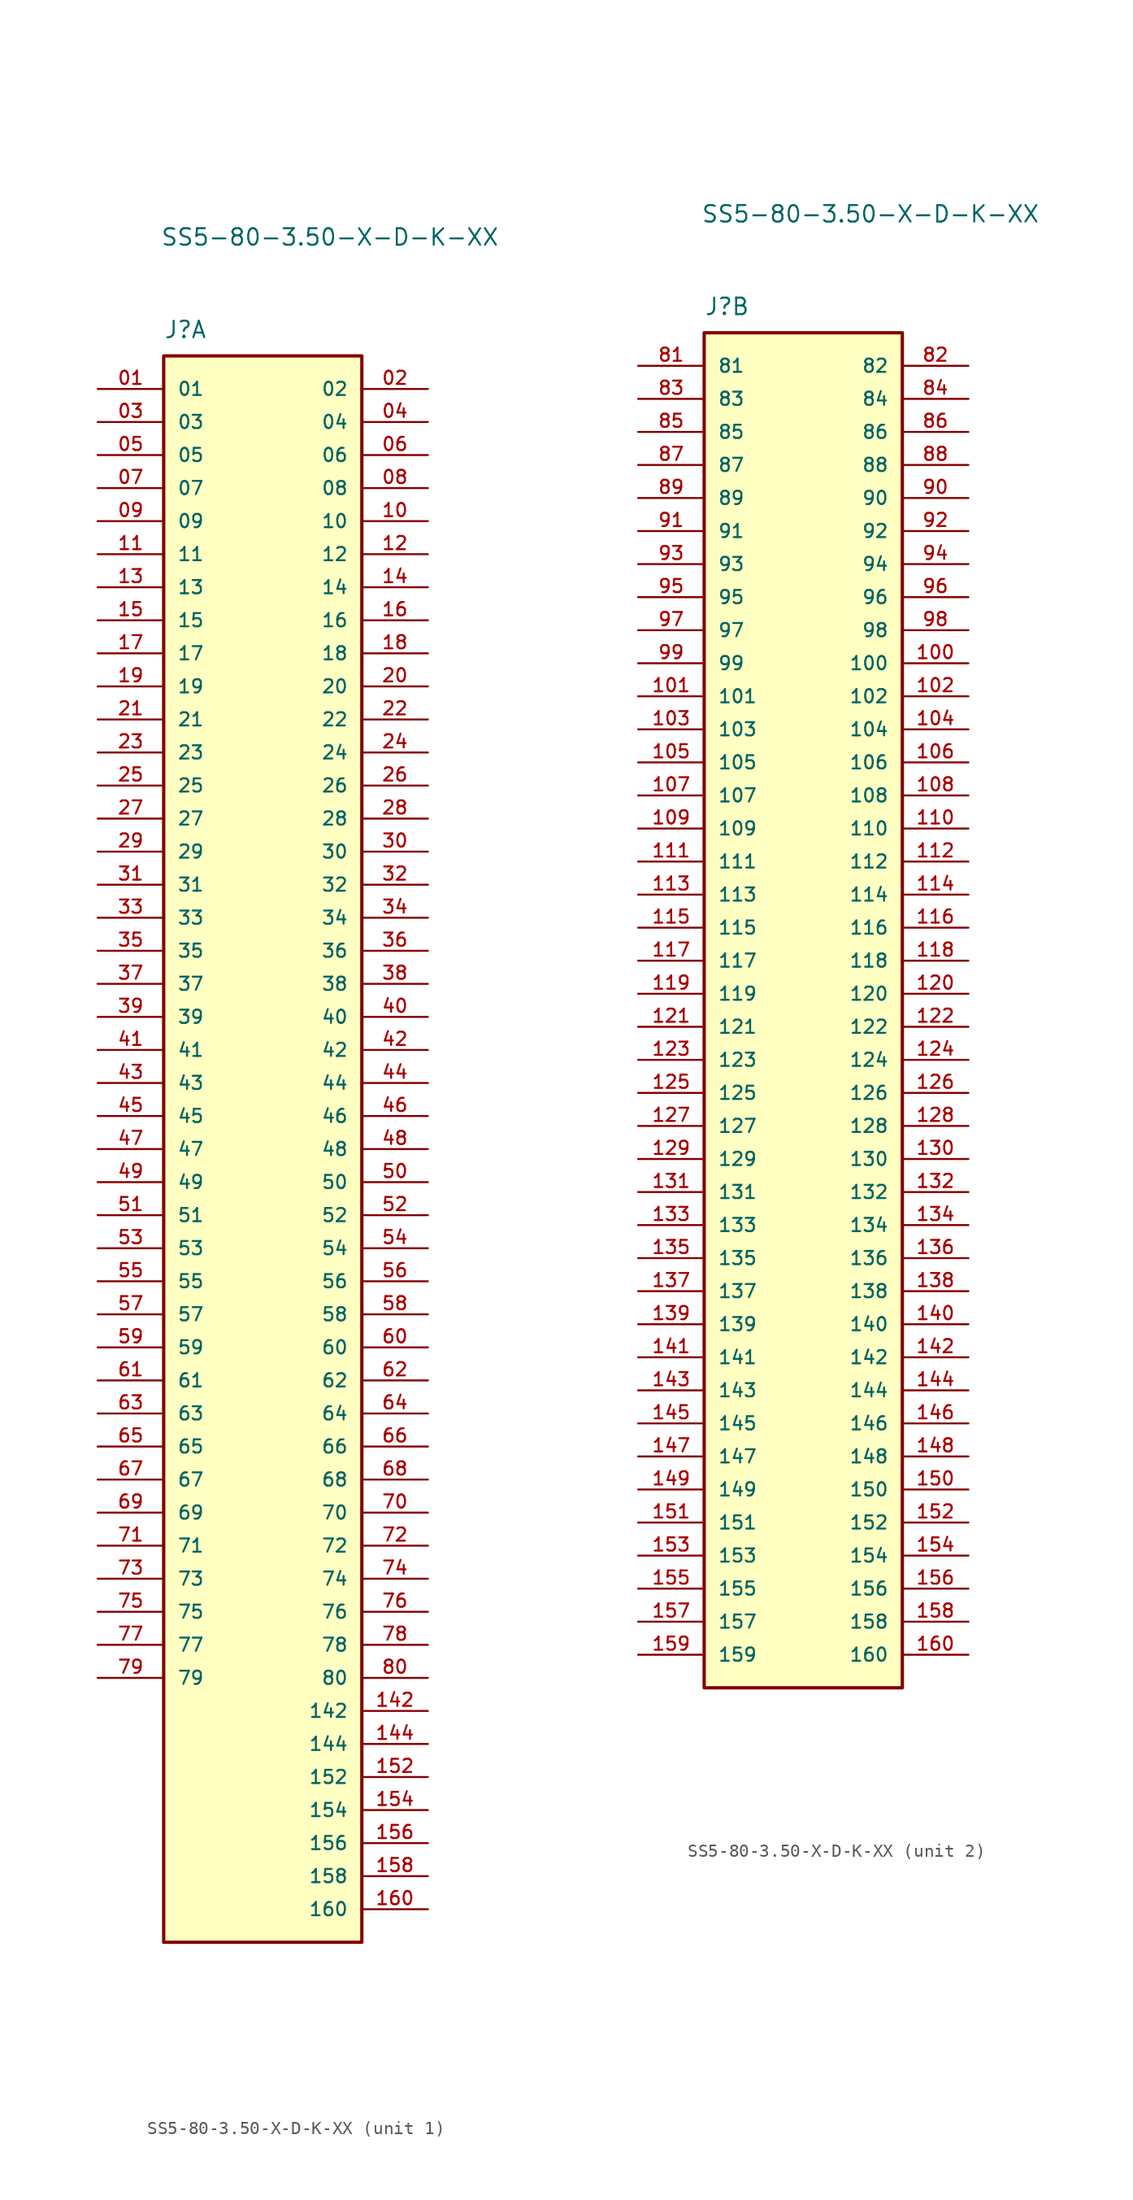
<source format=kicad_sym>
(kicad_symbol_lib
  (version 20241209)
  (generator "kicad_symbol_editor")
  (generator_version "9.0")
  (symbol "SS5-80-3.50-X-D-K-XX"
    (pin_names
      (offset 1.016))
    (property "Reference" "J"
      (at -7.62 52.07 0)
      (effects (font (size 1.27 1.27)) (justify left bottom)))
    (property "Value" "SS5-80-3.50-X-D-K-XX"
      (at -7.874 59.182 0)
      (effects (font (size 1.27 1.27)) (justify left bottom)))
    (symbol "SS5-80-3.50-X-D-K-XX_1_0"
      (rectangle (start -7.62 50.8) (end 7.62 -71.12) (stroke (width 0.254) (type default)) (fill (type background)))
      (pin passive line (at -12.7 48.26 0) (length 5.08) (name "01" (effects (font (size 1.016 1.016)))) (number "01" (effects (font (size 1.016 1.016)))))
      (pin passive line (at -12.7 45.72 0) (length 5.08) (name "03" (effects (font (size 1.016 1.016)))) (number "03" (effects (font (size 1.016 1.016)))))
      (pin passive line (at -12.7 43.18 0) (length 5.08) (name "05" (effects (font (size 1.016 1.016)))) (number "05" (effects (font (size 1.016 1.016)))))
      (pin passive line (at -12.7 40.64 0) (length 5.08) (name "07" (effects (font (size 1.016 1.016)))) (number "07" (effects (font (size 1.016 1.016)))))
      (pin passive line (at -12.7 38.1 0) (length 5.08) (name "09" (effects (font (size 1.016 1.016)))) (number "09" (effects (font (size 1.016 1.016)))))
      (pin passive line (at -12.7 35.56 0) (length 5.08) (name "11" (effects (font (size 1.016 1.016)))) (number "11" (effects (font (size 1.016 1.016)))))
      (pin passive line (at -12.7 33.02 0) (length 5.08) (name "13" (effects (font (size 1.016 1.016)))) (number "13" (effects (font (size 1.016 1.016)))))
      (pin passive line (at -12.7 30.48 0) (length 5.08) (name "15" (effects (font (size 1.016 1.016)))) (number "15" (effects (font (size 1.016 1.016)))))
      (pin passive line (at -12.7 27.94 0) (length 5.08) (name "17" (effects (font (size 1.016 1.016)))) (number "17" (effects (font (size 1.016 1.016)))))
      (pin passive line (at -12.7 25.4 0) (length 5.08) (name "19" (effects (font (size 1.016 1.016)))) (number "19" (effects (font (size 1.016 1.016)))))
      (pin passive line (at -12.7 22.86 0) (length 5.08) (name "21" (effects (font (size 1.016 1.016)))) (number "21" (effects (font (size 1.016 1.016)))))
      (pin passive line (at -12.7 20.32 0) (length 5.08) (name "23" (effects (font (size 1.016 1.016)))) (number "23" (effects (font (size 1.016 1.016)))))
      (pin passive line (at -12.7 17.78 0) (length 5.08) (name "25" (effects (font (size 1.016 1.016)))) (number "25" (effects (font (size 1.016 1.016)))))
      (pin passive line (at -12.7 15.24 0) (length 5.08) (name "27" (effects (font (size 1.016 1.016)))) (number "27" (effects (font (size 1.016 1.016)))))
      (pin passive line (at -12.7 12.7 0) (length 5.08) (name "29" (effects (font (size 1.016 1.016)))) (number "29" (effects (font (size 1.016 1.016)))))
      (pin passive line (at -12.7 10.16 0) (length 5.08) (name "31" (effects (font (size 1.016 1.016)))) (number "31" (effects (font (size 1.016 1.016)))))
      (pin passive line (at -12.7 7.62 0) (length 5.08) (name "33" (effects (font (size 1.016 1.016)))) (number "33" (effects (font (size 1.016 1.016)))))
      (pin passive line (at -12.7 5.08 0) (length 5.08) (name "35" (effects (font (size 1.016 1.016)))) (number "35" (effects (font (size 1.016 1.016)))))
      (pin passive line (at -12.7 2.54 0) (length 5.08) (name "37" (effects (font (size 1.016 1.016)))) (number "37" (effects (font (size 1.016 1.016)))))
      (pin passive line (at -12.7 0 0) (length 5.08) (name "39" (effects (font (size 1.016 1.016)))) (number "39" (effects (font (size 1.016 1.016)))))
      (pin passive line (at -12.7 -2.54 0) (length 5.08) (name "41" (effects (font (size 1.016 1.016)))) (number "41" (effects (font (size 1.016 1.016)))))
      (pin passive line (at -12.7 -5.08 0) (length 5.08) (name "43" (effects (font (size 1.016 1.016)))) (number "43" (effects (font (size 1.016 1.016)))))
      (pin passive line (at -12.7 -7.62 0) (length 5.08) (name "45" (effects (font (size 1.016 1.016)))) (number "45" (effects (font (size 1.016 1.016)))))
      (pin passive line (at -12.7 -10.16 0) (length 5.08) (name "47" (effects (font (size 1.016 1.016)))) (number "47" (effects (font (size 1.016 1.016)))))
      (pin passive line (at -12.7 -12.7 0) (length 5.08) (name "49" (effects (font (size 1.016 1.016)))) (number "49" (effects (font (size 1.016 1.016)))))
      (pin passive line (at -12.7 -15.24 0) (length 5.08) (name "51" (effects (font (size 1.016 1.016)))) (number "51" (effects (font (size 1.016 1.016)))))
      (pin passive line (at -12.7 -17.78 0) (length 5.08) (name "53" (effects (font (size 1.016 1.016)))) (number "53" (effects (font (size 1.016 1.016)))))
      (pin passive line (at -12.7 -20.32 0) (length 5.08) (name "55" (effects (font (size 1.016 1.016)))) (number "55" (effects (font (size 1.016 1.016)))))
      (pin passive line (at -12.7 -22.86 0) (length 5.08) (name "57" (effects (font (size 1.016 1.016)))) (number "57" (effects (font (size 1.016 1.016)))))
      (pin passive line (at -12.7 -25.4 0) (length 5.08) (name "59" (effects (font (size 1.016 1.016)))) (number "59" (effects (font (size 1.016 1.016)))))
      (pin passive line (at -12.7 -27.94 0) (length 5.08) (name "61" (effects (font (size 1.016 1.016)))) (number "61" (effects (font (size 1.016 1.016)))))
      (pin passive line (at -12.7 -30.48 0) (length 5.08) (name "63" (effects (font (size 1.016 1.016)))) (number "63" (effects (font (size 1.016 1.016)))))
      (pin passive line (at -12.7 -33.02 0) (length 5.08) (name "65" (effects (font (size 1.016 1.016)))) (number "65" (effects (font (size 1.016 1.016)))))
      (pin passive line (at -12.7 -35.56 0) (length 5.08) (name "67" (effects (font (size 1.016 1.016)))) (number "67" (effects (font (size 1.016 1.016)))))
      (pin passive line (at -12.7 -38.1 0) (length 5.08) (name "69" (effects (font (size 1.016 1.016)))) (number "69" (effects (font (size 1.016 1.016)))))
      (pin passive line (at -12.7 -40.64 0) (length 5.08) (name "71" (effects (font (size 1.016 1.016)))) (number "71" (effects (font (size 1.016 1.016)))))
      (pin passive line (at -12.7 -43.18 0) (length 5.08) (name "73" (effects (font (size 1.016 1.016)))) (number "73" (effects (font (size 1.016 1.016)))))
      (pin passive line (at -12.7 -45.72 0) (length 5.08) (name "75" (effects (font (size 1.016 1.016)))) (number "75" (effects (font (size 1.016 1.016)))))
      (pin passive line (at -12.7 -48.26 0) (length 5.08) (name "77" (effects (font (size 1.016 1.016)))) (number "77" (effects (font (size 1.016 1.016)))))
      (pin passive line (at -12.7 -50.8 0) (length 5.08) (name "79" (effects (font (size 1.016 1.016)))) (number "79" (effects (font (size 1.016 1.016)))))
      (pin passive line (at 12.7 48.26 180) (length 5.08) (name "02" (effects (font (size 1.016 1.016)))) (number "02" (effects (font (size 1.016 1.016)))))
      (pin passive line (at 12.7 45.72 180) (length 5.08) (name "04" (effects (font (size 1.016 1.016)))) (number "04" (effects (font (size 1.016 1.016)))))
      (pin passive line (at 12.7 43.18 180) (length 5.08) (name "06" (effects (font (size 1.016 1.016)))) (number "06" (effects (font (size 1.016 1.016)))))
      (pin passive line (at 12.7 40.64 180) (length 5.08) (name "08" (effects (font (size 1.016 1.016)))) (number "08" (effects (font (size 1.016 1.016)))))
      (pin passive line (at 12.7 38.1 180) (length 5.08) (name "10" (effects (font (size 1.016 1.016)))) (number "10" (effects (font (size 1.016 1.016)))))
      (pin passive line (at 12.7 35.56 180) (length 5.08) (name "12" (effects (font (size 1.016 1.016)))) (number "12" (effects (font (size 1.016 1.016)))))
      (pin passive line (at 12.7 33.02 180) (length 5.08) (name "14" (effects (font (size 1.016 1.016)))) (number "14" (effects (font (size 1.016 1.016)))))
      (pin passive line (at 12.7 30.48 180) (length 5.08) (name "16" (effects (font (size 1.016 1.016)))) (number "16" (effects (font (size 1.016 1.016)))))
      (pin passive line (at 12.7 27.94 180) (length 5.08) (name "18" (effects (font (size 1.016 1.016)))) (number "18" (effects (font (size 1.016 1.016)))))
      (pin passive line (at 12.7 25.4 180) (length 5.08) (name "20" (effects (font (size 1.016 1.016)))) (number "20" (effects (font (size 1.016 1.016)))))
      (pin passive line (at 12.7 22.86 180) (length 5.08) (name "22" (effects (font (size 1.016 1.016)))) (number "22" (effects (font (size 1.016 1.016)))))
      (pin passive line (at 12.7 20.32 180) (length 5.08) (name "24" (effects (font (size 1.016 1.016)))) (number "24" (effects (font (size 1.016 1.016)))))
      (pin passive line (at 12.7 17.78 180) (length 5.08) (name "26" (effects (font (size 1.016 1.016)))) (number "26" (effects (font (size 1.016 1.016)))))
      (pin passive line (at 12.7 15.24 180) (length 5.08) (name "28" (effects (font (size 1.016 1.016)))) (number "28" (effects (font (size 1.016 1.016)))))
      (pin passive line (at 12.7 12.7 180) (length 5.08) (name "30" (effects (font (size 1.016 1.016)))) (number "30" (effects (font (size 1.016 1.016)))))
      (pin passive line (at 12.7 10.16 180) (length 5.08) (name "32" (effects (font (size 1.016 1.016)))) (number "32" (effects (font (size 1.016 1.016)))))
      (pin passive line (at 12.7 7.62 180) (length 5.08) (name "34" (effects (font (size 1.016 1.016)))) (number "34" (effects (font (size 1.016 1.016)))))
      (pin passive line (at 12.7 5.08 180) (length 5.08) (name "36" (effects (font (size 1.016 1.016)))) (number "36" (effects (font (size 1.016 1.016)))))
      (pin passive line (at 12.7 2.54 180) (length 5.08) (name "38" (effects (font (size 1.016 1.016)))) (number "38" (effects (font (size 1.016 1.016)))))
      (pin passive line (at 12.7 0 180) (length 5.08) (name "40" (effects (font (size 1.016 1.016)))) (number "40" (effects (font (size 1.016 1.016)))))
      (pin passive line (at 12.7 -2.54 180) (length 5.08) (name "42" (effects (font (size 1.016 1.016)))) (number "42" (effects (font (size 1.016 1.016)))))
      (pin passive line (at 12.7 -5.08 180) (length 5.08) (name "44" (effects (font (size 1.016 1.016)))) (number "44" (effects (font (size 1.016 1.016)))))
      (pin passive line (at 12.7 -7.62 180) (length 5.08) (name "46" (effects (font (size 1.016 1.016)))) (number "46" (effects (font (size 1.016 1.016)))))
      (pin passive line (at 12.7 -10.16 180) (length 5.08) (name "48" (effects (font (size 1.016 1.016)))) (number "48" (effects (font (size 1.016 1.016)))))
      (pin passive line (at 12.7 -12.7 180) (length 5.08) (name "50" (effects (font (size 1.016 1.016)))) (number "50" (effects (font (size 1.016 1.016)))))
      (pin passive line (at 12.7 -15.24 180) (length 5.08) (name "52" (effects (font (size 1.016 1.016)))) (number "52" (effects (font (size 1.016 1.016)))))
      (pin passive line (at 12.7 -17.78 180) (length 5.08) (name "54" (effects (font (size 1.016 1.016)))) (number "54" (effects (font (size 1.016 1.016)))))
      (pin passive line (at 12.7 -20.32 180) (length 5.08) (name "56" (effects (font (size 1.016 1.016)))) (number "56" (effects (font (size 1.016 1.016)))))
      (pin passive line (at 12.7 -22.86 180) (length 5.08) (name "58" (effects (font (size 1.016 1.016)))) (number "58" (effects (font (size 1.016 1.016)))))
      (pin passive line (at 12.7 -25.4 180) (length 5.08) (name "60" (effects (font (size 1.016 1.016)))) (number "60" (effects (font (size 1.016 1.016)))))
      (pin passive line (at 12.7 -27.94 180) (length 5.08) (name "62" (effects (font (size 1.016 1.016)))) (number "62" (effects (font (size 1.016 1.016)))))
      (pin passive line (at 12.7 -30.48 180) (length 5.08) (name "64" (effects (font (size 1.016 1.016)))) (number "64" (effects (font (size 1.016 1.016)))))
      (pin passive line (at 12.7 -33.02 180) (length 5.08) (name "66" (effects (font (size 1.016 1.016)))) (number "66" (effects (font (size 1.016 1.016)))))
      (pin passive line (at 12.7 -35.56 180) (length 5.08) (name "68" (effects (font (size 1.016 1.016)))) (number "68" (effects (font (size 1.016 1.016)))))
      (pin passive line (at 12.7 -38.1 180) (length 5.08) (name "70" (effects (font (size 1.016 1.016)))) (number "70" (effects (font (size 1.016 1.016)))))
      (pin passive line (at 12.7 -40.64 180) (length 5.08) (name "72" (effects (font (size 1.016 1.016)))) (number "72" (effects (font (size 1.016 1.016)))))
      (pin passive line (at 12.7 -43.18 180) (length 5.08) (name "74" (effects (font (size 1.016 1.016)))) (number "74" (effects (font (size 1.016 1.016)))))
      (pin passive line (at 12.7 -45.72 180) (length 5.08) (name "76" (effects (font (size 1.016 1.016)))) (number "76" (effects (font (size 1.016 1.016)))))
      (pin passive line (at 12.7 -48.26 180) (length 5.08) (name "78" (effects (font (size 1.016 1.016)))) (number "78" (effects (font (size 1.016 1.016)))))
      (pin passive line (at 12.7 -50.8 180) (length 5.08) (name "80" (effects (font (size 1.016 1.016)))) (number "80" (effects (font (size 1.016 1.016)))))
      (pin passive line (at 12.7 -53.34 180) (length 5.08) (name "142" (effects (font (size 1.016 1.016)))) (number "142" (effects (font (size 1.016 1.016)))))
      (pin passive line (at 12.7 -55.88 180) (length 5.08) (name "144" (effects (font (size 1.016 1.016)))) (number "144" (effects (font (size 1.016 1.016)))))
      (pin passive line (at 12.7 -58.42 180) (length 5.08) (name "152" (effects (font (size 1.016 1.016)))) (number "152" (effects (font (size 1.016 1.016)))))
      (pin passive line (at 12.7 -60.96 180) (length 5.08) (name "154" (effects (font (size 1.016 1.016)))) (number "154" (effects (font (size 1.016 1.016)))))
      (pin passive line (at 12.7 -63.5 180) (length 5.08) (name "156" (effects (font (size 1.016 1.016)))) (number "156" (effects (font (size 1.016 1.016)))))
      (pin passive line (at 12.7 -66.04 180) (length 5.08) (name "158" (effects (font (size 1.016 1.016)))) (number "158" (effects (font (size 1.016 1.016)))))
      (pin passive line (at 12.7 -68.58 180) (length 5.08) (name "160" (effects (font (size 1.016 1.016)))) (number "160" (effects (font (size 1.016 1.016))))))
    (symbol "SS5-80-3.50-X-D-K-XX_2_0"
      (rectangle (start -7.62 -53.34) (end 7.62 50.8) (stroke (width 0.254) (type default)) (fill (type background)))
      (pin passive line (at -12.7 48.26 0) (length 5.08) (name "81" (effects (font (size 1.016 1.016)))) (number "81" (effects (font (size 1.016 1.016)))))
      (pin passive line (at -12.7 45.72 0) (length 5.08) (name "83" (effects (font (size 1.016 1.016)))) (number "83" (effects (font (size 1.016 1.016)))))
      (pin passive line (at -12.7 43.18 0) (length 5.08) (name "85" (effects (font (size 1.016 1.016)))) (number "85" (effects (font (size 1.016 1.016)))))
      (pin passive line (at -12.7 40.64 0) (length 5.08) (name "87" (effects (font (size 1.016 1.016)))) (number "87" (effects (font (size 1.016 1.016)))))
      (pin passive line (at -12.7 38.1 0) (length 5.08) (name "89" (effects (font (size 1.016 1.016)))) (number "89" (effects (font (size 1.016 1.016)))))
      (pin passive line (at -12.7 35.56 0) (length 5.08) (name "91" (effects (font (size 1.016 1.016)))) (number "91" (effects (font (size 1.016 1.016)))))
      (pin passive line (at -12.7 33.02 0) (length 5.08) (name "93" (effects (font (size 1.016 1.016)))) (number "93" (effects (font (size 1.016 1.016)))))
      (pin passive line (at -12.7 30.48 0) (length 5.08) (name "95" (effects (font (size 1.016 1.016)))) (number "95" (effects (font (size 1.016 1.016)))))
      (pin passive line (at -12.7 27.94 0) (length 5.08) (name "97" (effects (font (size 1.016 1.016)))) (number "97" (effects (font (size 1.016 1.016)))))
      (pin passive line (at -12.7 25.4 0) (length 5.08) (name "99" (effects (font (size 1.016 1.016)))) (number "99" (effects (font (size 1.016 1.016)))))
      (pin passive line (at -12.7 22.86 0) (length 5.08) (name "101" (effects (font (size 1.016 1.016)))) (number "101" (effects (font (size 1.016 1.016)))))
      (pin passive line (at -12.7 20.32 0) (length 5.08) (name "103" (effects (font (size 1.016 1.016)))) (number "103" (effects (font (size 1.016 1.016)))))
      (pin passive line (at -12.7 17.78 0) (length 5.08) (name "105" (effects (font (size 1.016 1.016)))) (number "105" (effects (font (size 1.016 1.016)))))
      (pin passive line (at -12.7 15.24 0) (length 5.08) (name "107" (effects (font (size 1.016 1.016)))) (number "107" (effects (font (size 1.016 1.016)))))
      (pin passive line (at -12.7 12.7 0) (length 5.08) (name "109" (effects (font (size 1.016 1.016)))) (number "109" (effects (font (size 1.016 1.016)))))
      (pin passive line (at -12.7 10.16 0) (length 5.08) (name "111" (effects (font (size 1.016 1.016)))) (number "111" (effects (font (size 1.016 1.016)))))
      (pin passive line (at -12.7 7.62 0) (length 5.08) (name "113" (effects (font (size 1.016 1.016)))) (number "113" (effects (font (size 1.016 1.016)))))
      (pin passive line (at -12.7 5.08 0) (length 5.08) (name "115" (effects (font (size 1.016 1.016)))) (number "115" (effects (font (size 1.016 1.016)))))
      (pin passive line (at -12.7 2.54 0) (length 5.08) (name "117" (effects (font (size 1.016 1.016)))) (number "117" (effects (font (size 1.016 1.016)))))
      (pin passive line (at -12.7 0 0) (length 5.08) (name "119" (effects (font (size 1.016 1.016)))) (number "119" (effects (font (size 1.016 1.016)))))
      (pin passive line (at -12.7 -2.54 0) (length 5.08) (name "121" (effects (font (size 1.016 1.016)))) (number "121" (effects (font (size 1.016 1.016)))))
      (pin passive line (at -12.7 -5.08 0) (length 5.08) (name "123" (effects (font (size 1.016 1.016)))) (number "123" (effects (font (size 1.016 1.016)))))
      (pin passive line (at -12.7 -7.62 0) (length 5.08) (name "125" (effects (font (size 1.016 1.016)))) (number "125" (effects (font (size 1.016 1.016)))))
      (pin passive line (at -12.7 -10.16 0) (length 5.08) (name "127" (effects (font (size 1.016 1.016)))) (number "127" (effects (font (size 1.016 1.016)))))
      (pin passive line (at -12.7 -12.7 0) (length 5.08) (name "129" (effects (font (size 1.016 1.016)))) (number "129" (effects (font (size 1.016 1.016)))))
      (pin passive line (at -12.7 -15.24 0) (length 5.08) (name "131" (effects (font (size 1.016 1.016)))) (number "131" (effects (font (size 1.016 1.016)))))
      (pin passive line (at -12.7 -17.78 0) (length 5.08) (name "133" (effects (font (size 1.016 1.016)))) (number "133" (effects (font (size 1.016 1.016)))))
      (pin passive line (at -12.7 -20.32 0) (length 5.08) (name "135" (effects (font (size 1.016 1.016)))) (number "135" (effects (font (size 1.016 1.016)))))
      (pin passive line (at -12.7 -22.86 0) (length 5.08) (name "137" (effects (font (size 1.016 1.016)))) (number "137" (effects (font (size 1.016 1.016)))))
      (pin passive line (at -12.7 -25.4 0) (length 5.08) (name "139" (effects (font (size 1.016 1.016)))) (number "139" (effects (font (size 1.016 1.016)))))
      (pin passive line (at -12.7 -27.94 0) (length 5.08) (name "141" (effects (font (size 1.016 1.016)))) (number "141" (effects (font (size 1.016 1.016)))))
      (pin passive line (at -12.7 -30.48 0) (length 5.08) (name "143" (effects (font (size 1.016 1.016)))) (number "143" (effects (font (size 1.016 1.016)))))
      (pin passive line (at -12.7 -33.02 0) (length 5.08) (name "145" (effects (font (size 1.016 1.016)))) (number "145" (effects (font (size 1.016 1.016)))))
      (pin passive line (at -12.7 -35.56 0) (length 5.08) (name "147" (effects (font (size 1.016 1.016)))) (number "147" (effects (font (size 1.016 1.016)))))
      (pin passive line (at -12.7 -38.1 0) (length 5.08) (name "149" (effects (font (size 1.016 1.016)))) (number "149" (effects (font (size 1.016 1.016)))))
      (pin passive line (at -12.7 -40.64 0) (length 5.08) (name "151" (effects (font (size 1.016 1.016)))) (number "151" (effects (font (size 1.016 1.016)))))
      (pin passive line (at -12.7 -43.18 0) (length 5.08) (name "153" (effects (font (size 1.016 1.016)))) (number "153" (effects (font (size 1.016 1.016)))))
      (pin passive line (at -12.7 -45.72 0) (length 5.08) (name "155" (effects (font (size 1.016 1.016)))) (number "155" (effects (font (size 1.016 1.016)))))
      (pin passive line (at -12.7 -48.26 0) (length 5.08) (name "157" (effects (font (size 1.016 1.016)))) (number "157" (effects (font (size 1.016 1.016)))))
      (pin passive line (at -12.7 -50.8 0) (length 5.08) (name "159" (effects (font (size 1.016 1.016)))) (number "159" (effects (font (size 1.016 1.016)))))
      (pin passive line (at 12.7 48.26 180) (length 5.08) (name "82" (effects (font (size 1.016 1.016)))) (number "82" (effects (font (size 1.016 1.016)))))
      (pin passive line (at 12.7 45.72 180) (length 5.08) (name "84" (effects (font (size 1.016 1.016)))) (number "84" (effects (font (size 1.016 1.016)))))
      (pin passive line (at 12.7 43.18 180) (length 5.08) (name "86" (effects (font (size 1.016 1.016)))) (number "86" (effects (font (size 1.016 1.016)))))
      (pin passive line (at 12.7 40.64 180) (length 5.08) (name "88" (effects (font (size 1.016 1.016)))) (number "88" (effects (font (size 1.016 1.016)))))
      (pin passive line (at 12.7 38.1 180) (length 5.08) (name "90" (effects (font (size 1.016 1.016)))) (number "90" (effects (font (size 1.016 1.016)))))
      (pin passive line (at 12.7 35.56 180) (length 5.08) (name "92" (effects (font (size 1.016 1.016)))) (number "92" (effects (font (size 1.016 1.016)))))
      (pin passive line (at 12.7 33.02 180) (length 5.08) (name "94" (effects (font (size 1.016 1.016)))) (number "94" (effects (font (size 1.016 1.016)))))
      (pin passive line (at 12.7 30.48 180) (length 5.08) (name "96" (effects (font (size 1.016 1.016)))) (number "96" (effects (font (size 1.016 1.016)))))
      (pin passive line (at 12.7 27.94 180) (length 5.08) (name "98" (effects (font (size 1.016 1.016)))) (number "98" (effects (font (size 1.016 1.016)))))
      (pin passive line (at 12.7 25.4 180) (length 5.08) (name "100" (effects (font (size 1.016 1.016)))) (number "100" (effects (font (size 1.016 1.016)))))
      (pin passive line (at 12.7 22.86 180) (length 5.08) (name "102" (effects (font (size 1.016 1.016)))) (number "102" (effects (font (size 1.016 1.016)))))
      (pin passive line (at 12.7 20.32 180) (length 5.08) (name "104" (effects (font (size 1.016 1.016)))) (number "104" (effects (font (size 1.016 1.016)))))
      (pin passive line (at 12.7 17.78 180) (length 5.08) (name "106" (effects (font (size 1.016 1.016)))) (number "106" (effects (font (size 1.016 1.016)))))
      (pin passive line (at 12.7 15.24 180) (length 5.08) (name "108" (effects (font (size 1.016 1.016)))) (number "108" (effects (font (size 1.016 1.016)))))
      (pin passive line (at 12.7 12.7 180) (length 5.08) (name "110" (effects (font (size 1.016 1.016)))) (number "110" (effects (font (size 1.016 1.016)))))
      (pin passive line (at 12.7 10.16 180) (length 5.08) (name "112" (effects (font (size 1.016 1.016)))) (number "112" (effects (font (size 1.016 1.016)))))
      (pin passive line (at 12.7 7.62 180) (length 5.08) (name "114" (effects (font (size 1.016 1.016)))) (number "114" (effects (font (size 1.016 1.016)))))
      (pin passive line (at 12.7 5.08 180) (length 5.08) (name "116" (effects (font (size 1.016 1.016)))) (number "116" (effects (font (size 1.016 1.016)))))
      (pin passive line (at 12.7 2.54 180) (length 5.08) (name "118" (effects (font (size 1.016 1.016)))) (number "118" (effects (font (size 1.016 1.016)))))
      (pin passive line (at 12.7 0 180) (length 5.08) (name "120" (effects (font (size 1.016 1.016)))) (number "120" (effects (font (size 1.016 1.016)))))
      (pin passive line (at 12.7 -2.54 180) (length 5.08) (name "122" (effects (font (size 1.016 1.016)))) (number "122" (effects (font (size 1.016 1.016)))))
      (pin passive line (at 12.7 -5.08 180) (length 5.08) (name "124" (effects (font (size 1.016 1.016)))) (number "124" (effects (font (size 1.016 1.016)))))
      (pin passive line (at 12.7 -7.62 180) (length 5.08) (name "126" (effects (font (size 1.016 1.016)))) (number "126" (effects (font (size 1.016 1.016)))))
      (pin passive line (at 12.7 -10.16 180) (length 5.08) (name "128" (effects (font (size 1.016 1.016)))) (number "128" (effects (font (size 1.016 1.016)))))
      (pin passive line (at 12.7 -12.7 180) (length 5.08) (name "130" (effects (font (size 1.016 1.016)))) (number "130" (effects (font (size 1.016 1.016)))))
      (pin passive line (at 12.7 -15.24 180) (length 5.08) (name "132" (effects (font (size 1.016 1.016)))) (number "132" (effects (font (size 1.016 1.016)))))
      (pin passive line (at 12.7 -17.78 180) (length 5.08) (name "134" (effects (font (size 1.016 1.016)))) (number "134" (effects (font (size 1.016 1.016)))))
      (pin passive line (at 12.7 -20.32 180) (length 5.08) (name "136" (effects (font (size 1.016 1.016)))) (number "136" (effects (font (size 1.016 1.016)))))
      (pin passive line (at 12.7 -22.86 180) (length 5.08) (name "138" (effects (font (size 1.016 1.016)))) (number "138" (effects (font (size 1.016 1.016)))))
      (pin passive line (at 12.7 -25.4 180) (length 5.08) (name "140" (effects (font (size 1.016 1.016)))) (number "140" (effects (font (size 1.016 1.016)))))
      (pin passive line (at 12.7 -27.94 180) (length 5.08) (name "142" (effects (font (size 1.016 1.016)))) (number "142" (effects (font (size 1.016 1.016)))))
      (pin passive line (at 12.7 -30.48 180) (length 5.08) (name "144" (effects (font (size 1.016 1.016)))) (number "144" (effects (font (size 1.016 1.016)))))
      (pin passive line (at 12.7 -33.02 180) (length 5.08) (name "146" (effects (font (size 1.016 1.016)))) (number "146" (effects (font (size 1.016 1.016)))))
      (pin passive line (at 12.7 -35.56 180) (length 5.08) (name "148" (effects (font (size 1.016 1.016)))) (number "148" (effects (font (size 1.016 1.016)))))
      (pin passive line (at 12.7 -38.1 180) (length 5.08) (name "150" (effects (font (size 1.016 1.016)))) (number "150" (effects (font (size 1.016 1.016)))))
      (pin passive line (at 12.7 -40.64 180) (length 5.08) (name "152" (effects (font (size 1.016 1.016)))) (number "152" (effects (font (size 1.016 1.016)))))
      (pin passive line (at 12.7 -43.18 180) (length 5.08) (name "154" (effects (font (size 1.016 1.016)))) (number "154" (effects (font (size 1.016 1.016)))))
      (pin passive line (at 12.7 -45.72 180) (length 5.08) (name "156" (effects (font (size 1.016 1.016)))) (number "156" (effects (font (size 1.016 1.016)))))
      (pin passive line (at 12.7 -48.26 180) (length 5.08) (name "158" (effects (font (size 1.016 1.016)))) (number "158" (effects (font (size 1.016 1.016)))))
      (pin passive line (at 12.7 -50.8 180) (length 5.08) (name "160" (effects (font (size 1.016 1.016)))) (number "160" (effects (font (size 1.016 1.016))))))))
</source>
